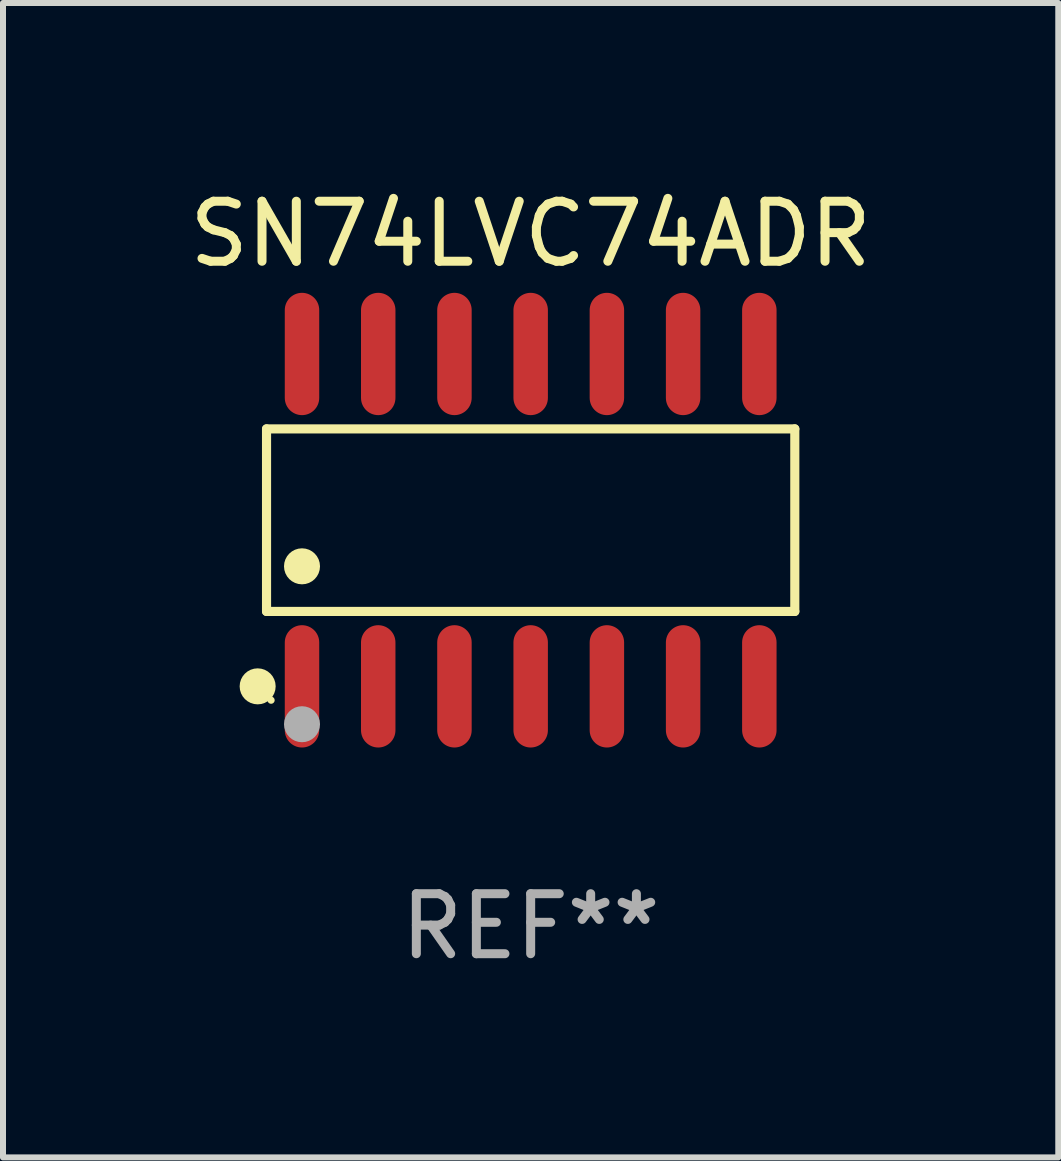
<source format=kicad_pcb>
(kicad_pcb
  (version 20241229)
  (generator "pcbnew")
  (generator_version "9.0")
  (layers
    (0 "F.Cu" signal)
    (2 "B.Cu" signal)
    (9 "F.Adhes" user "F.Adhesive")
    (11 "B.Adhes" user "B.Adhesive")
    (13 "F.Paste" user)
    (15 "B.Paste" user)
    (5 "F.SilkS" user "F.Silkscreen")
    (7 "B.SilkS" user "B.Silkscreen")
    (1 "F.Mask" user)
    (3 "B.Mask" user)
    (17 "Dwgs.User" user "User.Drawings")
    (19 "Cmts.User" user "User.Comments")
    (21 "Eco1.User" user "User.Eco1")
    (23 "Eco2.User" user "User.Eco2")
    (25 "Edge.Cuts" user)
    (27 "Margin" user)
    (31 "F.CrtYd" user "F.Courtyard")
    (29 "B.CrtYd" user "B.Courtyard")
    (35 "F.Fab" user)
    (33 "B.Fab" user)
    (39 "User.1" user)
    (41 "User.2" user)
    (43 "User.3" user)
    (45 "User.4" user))
  (footprint "SN74LVC74ADR"
    (layer "F.Cu")
    (at 5.792 5.617)
    (property "Reference" "SN74LVC74ADR" (at 0 -4.769 0) (layer "F.SilkS") (effects (font (size 1 1) (thickness 0.15))))
    (attr through_hole)
    (fp_line (start -4.401 -1.521) (end 4.401 -1.521) (stroke (width 0.152) (type solid)) (layer "F.SilkS"))
    (fp_line (start -4.401 1.521) (end -4.401 -1.521) (stroke (width 0.152) (type solid)) (layer "F.SilkS"))
    (fp_line (start 4.401 -1.521) (end 4.401 1.521) (stroke (width 0.152) (type solid)) (layer "F.SilkS"))
    (fp_line (start 4.401 1.521) (end -4.401 1.521) (stroke (width 0.152) (type solid)) (layer "F.SilkS"))
    (fp_circle (center -4.549 2.769) (end -4.399 2.769) (stroke (width 0.3) (type solid)) (fill no) (layer "F.SilkS"))
    (fp_circle (center -4.325 3) (end -4.295 3) (stroke (width 0.06) (type solid)) (fill no) (layer "F.SilkS"))
    (fp_circle (center -3.81 0.769) (end -3.66 0.769) (stroke (width 0.3) (type solid)) (fill no) (layer "F.SilkS"))
    (fp_circle (center -3.81 3.4) (end -3.66 3.4) (stroke (width 0.3) (type solid)) (fill no) (layer "F.Fab"))
    (fp_text user "REF**" (at 0 6.769 0) (layer "F.Fab") (effects (font (size 1 1) (thickness 0.15))))
    (pad "1" smd oval (at -3.81 2.769) (size 0.574 2.038) (layers "F.Cu" "F.Mask" "F.Paste"))
    (pad "2" smd oval (at -2.54 2.769) (size 0.574 2.038) (layers "F.Cu" "F.Mask" "F.Paste"))
    (pad "3" smd oval (at -1.27 2.769) (size 0.574 2.038) (layers "F.Cu" "F.Mask" "F.Paste"))
    (pad "4" smd oval (at 0 2.769) (size 0.574 2.038) (layers "F.Cu" "F.Mask" "F.Paste"))
    (pad "5" smd oval (at 1.27 2.769) (size 0.574 2.038) (layers "F.Cu" "F.Mask" "F.Paste"))
    (pad "6" smd oval (at 2.54 2.769) (size 0.574 2.038) (layers "F.Cu" "F.Mask" "F.Paste"))
    (pad "7" smd oval (at 3.81 2.769) (size 0.574 2.038) (layers "F.Cu" "F.Mask" "F.Paste"))
    (pad "8" smd oval (at 3.81 -2.769) (size 0.574 2.038) (layers "F.Cu" "F.Mask" "F.Paste"))
    (pad "9" smd oval (at 2.54 -2.769) (size 0.574 2.038) (layers "F.Cu" "F.Mask" "F.Paste"))
    (pad "10" smd oval (at 1.27 -2.769) (size 0.574 2.038) (layers "F.Cu" "F.Mask" "F.Paste"))
    (pad "11" smd oval (at 0 -2.769) (size 0.574 2.038) (layers "F.Cu" "F.Mask" "F.Paste"))
    (pad "12" smd oval (at -1.27 -2.769) (size 0.574 2.038) (layers "F.Cu" "F.Mask" "F.Paste"))
    (pad "13" smd oval (at -2.54 -2.769) (size 0.574 2.038) (layers "F.Cu" "F.Mask" "F.Paste"))
    (pad "14" smd oval (at -3.81 -2.769) (size 0.574 2.038) (layers "F.Cu" "F.Mask" "F.Paste")))
  (gr_rect
    (start -3 -3)
    (end 14.583 16.235)
    (stroke (width 0.1) (type default))
    (fill no)
    (layer "Edge.Cuts")))
</source>
